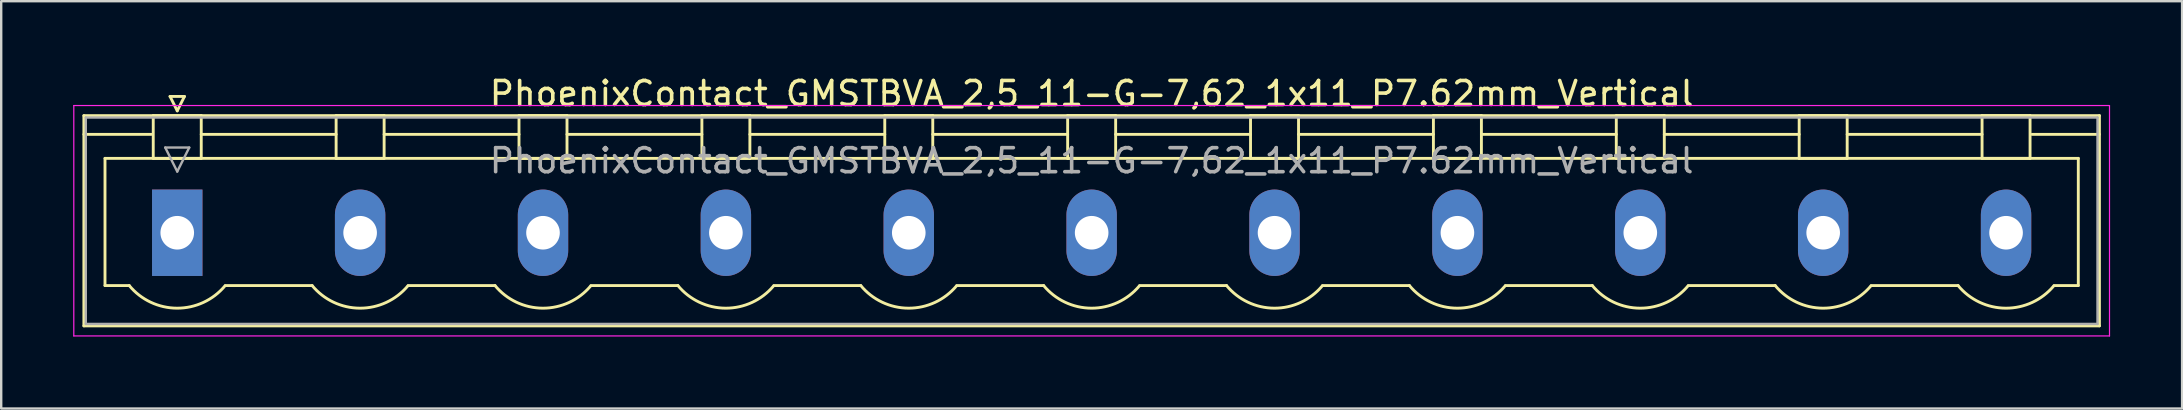
<source format=kicad_pcb>
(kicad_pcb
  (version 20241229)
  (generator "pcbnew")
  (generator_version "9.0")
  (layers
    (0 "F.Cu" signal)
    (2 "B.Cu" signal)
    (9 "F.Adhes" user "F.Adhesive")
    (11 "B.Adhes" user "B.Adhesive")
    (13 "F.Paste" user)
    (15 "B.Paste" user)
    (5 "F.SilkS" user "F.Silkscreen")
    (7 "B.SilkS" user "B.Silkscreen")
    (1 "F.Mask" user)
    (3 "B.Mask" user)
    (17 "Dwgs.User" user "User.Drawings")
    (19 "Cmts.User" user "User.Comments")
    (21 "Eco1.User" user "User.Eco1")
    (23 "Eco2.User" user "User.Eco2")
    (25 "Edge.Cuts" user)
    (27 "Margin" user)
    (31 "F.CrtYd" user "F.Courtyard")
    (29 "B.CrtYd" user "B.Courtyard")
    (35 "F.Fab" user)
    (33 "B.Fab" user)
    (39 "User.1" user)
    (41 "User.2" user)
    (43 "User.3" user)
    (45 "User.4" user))
  (footprint "PhoenixContact_GMSTBVA_2,5_11-G-7,62_1x11_P7.62mm_Vertical"
    (layer "F.Cu")
    (at 4.335 6.648)
    (property "Reference" "PhoenixContact_GMSTBVA_2,5_11-G-7,62_1x11_P7.62mm_Vertical" (at 38.1 -5.8 0) (layer "F.SilkS") (effects (font (size 1 1) (thickness 0.15))))
    (attr through_hole)
    (fp_line (start -3.89 -4.88) (end -3.89 3.88) (stroke (width 0.12) (type solid)) (layer "F.SilkS"))
    (fp_line (start -3.89 -4.1) (end -1.08 -4.1) (stroke (width 0.12) (type solid)) (layer "F.SilkS"))
    (fp_line (start -3.89 3.88) (end 80.09 3.88) (stroke (width 0.12) (type solid)) (layer "F.SilkS"))
    (fp_line (start -3.01 -3.1) (end 79.21 -3.1) (stroke (width 0.12) (type solid)) (layer "F.SilkS"))
    (fp_line (start -3.01 2.2) (end -3.01 -3.1) (stroke (width 0.12) (type solid)) (layer "F.SilkS"))
    (fp_line (start -2 2.2) (end -3.01 2.2) (stroke (width 0.12) (type solid)) (layer "F.SilkS"))
    (fp_line (start -1 -4.88) (end 1 -4.88) (stroke (width 0.12) (type solid)) (layer "F.SilkS"))
    (fp_line (start -1 -3.1) (end -1 -4.88) (stroke (width 0.12) (type solid)) (layer "F.SilkS"))
    (fp_line (start -0.3 -5.68) (end 0.3 -5.68) (stroke (width 0.12) (type solid)) (layer "F.SilkS"))
    (fp_line (start 0 -5.08) (end -0.3 -5.68) (stroke (width 0.12) (type solid)) (layer "F.SilkS"))
    (fp_line (start 0.3 -5.68) (end 0 -5.08) (stroke (width 0.12) (type solid)) (layer "F.SilkS"))
    (fp_line (start 1 -4.88) (end 1 -3.1) (stroke (width 0.12) (type solid)) (layer "F.SilkS"))
    (fp_line (start 1 -4.1) (end 6.62 -4.1) (stroke (width 0.12) (type solid)) (layer "F.SilkS"))
    (fp_line (start 1 -3.1) (end -1 -3.1) (stroke (width 0.12) (type solid)) (layer "F.SilkS"))
    (fp_line (start 2 2.2) (end 5.62 2.2) (stroke (width 0.12) (type solid)) (layer "F.SilkS"))
    (fp_line (start 6.62 -4.88) (end 8.62 -4.88) (stroke (width 0.12) (type solid)) (layer "F.SilkS"))
    (fp_line (start 6.62 -3.1) (end 6.62 -4.88) (stroke (width 0.12) (type solid)) (layer "F.SilkS"))
    (fp_line (start 8.62 -4.88) (end 8.62 -3.1) (stroke (width 0.12) (type solid)) (layer "F.SilkS"))
    (fp_line (start 8.62 -4.1) (end 14.24 -4.1) (stroke (width 0.12) (type solid)) (layer "F.SilkS"))
    (fp_line (start 8.62 -3.1) (end 6.62 -3.1) (stroke (width 0.12) (type solid)) (layer "F.SilkS"))
    (fp_line (start 9.62 2.2) (end 13.24 2.2) (stroke (width 0.12) (type solid)) (layer "F.SilkS"))
    (fp_line (start 14.24 -4.88) (end 16.24 -4.88) (stroke (width 0.12) (type solid)) (layer "F.SilkS"))
    (fp_line (start 14.24 -3.1) (end 14.24 -4.88) (stroke (width 0.12) (type solid)) (layer "F.SilkS"))
    (fp_line (start 16.24 -4.88) (end 16.24 -3.1) (stroke (width 0.12) (type solid)) (layer "F.SilkS"))
    (fp_line (start 16.24 -4.1) (end 21.86 -4.1) (stroke (width 0.12) (type solid)) (layer "F.SilkS"))
    (fp_line (start 16.24 -3.1) (end 14.24 -3.1) (stroke (width 0.12) (type solid)) (layer "F.SilkS"))
    (fp_line (start 17.24 2.2) (end 20.86 2.2) (stroke (width 0.12) (type solid)) (layer "F.SilkS"))
    (fp_line (start 21.86 -4.88) (end 23.86 -4.88) (stroke (width 0.12) (type solid)) (layer "F.SilkS"))
    (fp_line (start 21.86 -3.1) (end 21.86 -4.88) (stroke (width 0.12) (type solid)) (layer "F.SilkS"))
    (fp_line (start 23.86 -4.88) (end 23.86 -3.1) (stroke (width 0.12) (type solid)) (layer "F.SilkS"))
    (fp_line (start 23.86 -4.1) (end 29.48 -4.1) (stroke (width 0.12) (type solid)) (layer "F.SilkS"))
    (fp_line (start 23.86 -3.1) (end 21.86 -3.1) (stroke (width 0.12) (type solid)) (layer "F.SilkS"))
    (fp_line (start 24.86 2.2) (end 28.48 2.2) (stroke (width 0.12) (type solid)) (layer "F.SilkS"))
    (fp_line (start 29.48 -4.88) (end 31.48 -4.88) (stroke (width 0.12) (type solid)) (layer "F.SilkS"))
    (fp_line (start 29.48 -3.1) (end 29.48 -4.88) (stroke (width 0.12) (type solid)) (layer "F.SilkS"))
    (fp_line (start 31.48 -4.88) (end 31.48 -3.1) (stroke (width 0.12) (type solid)) (layer "F.SilkS"))
    (fp_line (start 31.48 -4.1) (end 37.1 -4.1) (stroke (width 0.12) (type solid)) (layer "F.SilkS"))
    (fp_line (start 31.48 -3.1) (end 29.48 -3.1) (stroke (width 0.12) (type solid)) (layer "F.SilkS"))
    (fp_line (start 32.48 2.2) (end 36.1 2.2) (stroke (width 0.12) (type solid)) (layer "F.SilkS"))
    (fp_line (start 37.1 -4.88) (end 39.1 -4.88) (stroke (width 0.12) (type solid)) (layer "F.SilkS"))
    (fp_line (start 37.1 -3.1) (end 37.1 -4.88) (stroke (width 0.12) (type solid)) (layer "F.SilkS"))
    (fp_line (start 39.1 -4.88) (end 39.1 -3.1) (stroke (width 0.12) (type solid)) (layer "F.SilkS"))
    (fp_line (start 39.1 -4.1) (end 44.72 -4.1) (stroke (width 0.12) (type solid)) (layer "F.SilkS"))
    (fp_line (start 39.1 -3.1) (end 37.1 -3.1) (stroke (width 0.12) (type solid)) (layer "F.SilkS"))
    (fp_line (start 40.1 2.2) (end 43.72 2.2) (stroke (width 0.12) (type solid)) (layer "F.SilkS"))
    (fp_line (start 44.72 -4.88) (end 46.72 -4.88) (stroke (width 0.12) (type solid)) (layer "F.SilkS"))
    (fp_line (start 44.72 -3.1) (end 44.72 -4.88) (stroke (width 0.12) (type solid)) (layer "F.SilkS"))
    (fp_line (start 46.72 -4.88) (end 46.72 -3.1) (stroke (width 0.12) (type solid)) (layer "F.SilkS"))
    (fp_line (start 46.72 -4.1) (end 52.34 -4.1) (stroke (width 0.12) (type solid)) (layer "F.SilkS"))
    (fp_line (start 46.72 -3.1) (end 44.72 -3.1) (stroke (width 0.12) (type solid)) (layer "F.SilkS"))
    (fp_line (start 47.72 2.2) (end 51.34 2.2) (stroke (width 0.12) (type solid)) (layer "F.SilkS"))
    (fp_line (start 52.34 -4.88) (end 54.34 -4.88) (stroke (width 0.12) (type solid)) (layer "F.SilkS"))
    (fp_line (start 52.34 -3.1) (end 52.34 -4.88) (stroke (width 0.12) (type solid)) (layer "F.SilkS"))
    (fp_line (start 54.34 -4.88) (end 54.34 -3.1) (stroke (width 0.12) (type solid)) (layer "F.SilkS"))
    (fp_line (start 54.34 -4.1) (end 59.96 -4.1) (stroke (width 0.12) (type solid)) (layer "F.SilkS"))
    (fp_line (start 54.34 -3.1) (end 52.34 -3.1) (stroke (width 0.12) (type solid)) (layer "F.SilkS"))
    (fp_line (start 55.34 2.2) (end 58.96 2.2) (stroke (width 0.12) (type solid)) (layer "F.SilkS"))
    (fp_line (start 59.96 -4.88) (end 61.96 -4.88) (stroke (width 0.12) (type solid)) (layer "F.SilkS"))
    (fp_line (start 59.96 -3.1) (end 59.96 -4.88) (stroke (width 0.12) (type solid)) (layer "F.SilkS"))
    (fp_line (start 61.96 -4.88) (end 61.96 -3.1) (stroke (width 0.12) (type solid)) (layer "F.SilkS"))
    (fp_line (start 61.96 -4.1) (end 67.58 -4.1) (stroke (width 0.12) (type solid)) (layer "F.SilkS"))
    (fp_line (start 61.96 -3.1) (end 59.96 -3.1) (stroke (width 0.12) (type solid)) (layer "F.SilkS"))
    (fp_line (start 62.96 2.2) (end 66.58 2.2) (stroke (width 0.12) (type solid)) (layer "F.SilkS"))
    (fp_line (start 67.58 -4.88) (end 69.58 -4.88) (stroke (width 0.12) (type solid)) (layer "F.SilkS"))
    (fp_line (start 67.58 -3.1) (end 67.58 -4.88) (stroke (width 0.12) (type solid)) (layer "F.SilkS"))
    (fp_line (start 69.58 -4.88) (end 69.58 -3.1) (stroke (width 0.12) (type solid)) (layer "F.SilkS"))
    (fp_line (start 69.58 -4.1) (end 75.2 -4.1) (stroke (width 0.12) (type solid)) (layer "F.SilkS"))
    (fp_line (start 69.58 -3.1) (end 67.58 -3.1) (stroke (width 0.12) (type solid)) (layer "F.SilkS"))
    (fp_line (start 70.58 2.2) (end 74.2 2.2) (stroke (width 0.12) (type solid)) (layer "F.SilkS"))
    (fp_line (start 75.2 -4.88) (end 77.2 -4.88) (stroke (width 0.12) (type solid)) (layer "F.SilkS"))
    (fp_line (start 75.2 -3.1) (end 75.2 -4.88) (stroke (width 0.12) (type solid)) (layer "F.SilkS"))
    (fp_line (start 77.2 -4.88) (end 77.2 -3.1) (stroke (width 0.12) (type solid)) (layer "F.SilkS"))
    (fp_line (start 77.2 -3.1) (end 75.2 -3.1) (stroke (width 0.12) (type solid)) (layer "F.SilkS"))
    (fp_line (start 79.21 -3.1) (end 79.21 2.2) (stroke (width 0.12) (type solid)) (layer "F.SilkS"))
    (fp_line (start 79.21 2.2) (end 78.2 2.2) (stroke (width 0.12) (type solid)) (layer "F.SilkS"))
    (fp_line (start 80.09 -4.88) (end -3.89 -4.88) (stroke (width 0.12) (type solid)) (layer "F.SilkS"))
    (fp_line (start 80.09 -4.1) (end 77.28 -4.1) (stroke (width 0.12) (type solid)) (layer "F.SilkS"))
    (fp_line (start 80.09 3.88) (end 80.09 -4.88) (stroke (width 0.12) (type solid)) (layer "F.SilkS"))
    (fp_arc (start 1.986842 2.215821) (mid -0.010289 3.142758) (end -2 2.2) (stroke (width 0.12) (type solid)) (layer "F.SilkS"))
    (fp_arc (start 9.606842 2.215821) (mid 7.609711 3.142758) (end 5.62 2.2) (stroke (width 0.12) (type solid)) (layer "F.SilkS"))
    (fp_arc (start 17.226842 2.215821) (mid 15.229711 3.142758) (end 13.24 2.2) (stroke (width 0.12) (type solid)) (layer "F.SilkS"))
    (fp_arc (start 24.846842 2.215821) (mid 22.849711 3.142758) (end 20.86 2.2) (stroke (width 0.12) (type solid)) (layer "F.SilkS"))
    (fp_arc (start 32.466842 2.215821) (mid 30.469711 3.142758) (end 28.48 2.2) (stroke (width 0.12) (type solid)) (layer "F.SilkS"))
    (fp_arc (start 40.086842 2.215821) (mid 38.089711 3.142758) (end 36.1 2.2) (stroke (width 0.12) (type solid)) (layer "F.SilkS"))
    (fp_arc (start 47.706842 2.215821) (mid 45.709711 3.142758) (end 43.72 2.2) (stroke (width 0.12) (type solid)) (layer "F.SilkS"))
    (fp_arc (start 55.326842 2.215821) (mid 53.329711 3.142758) (end 51.34 2.2) (stroke (width 0.12) (type solid)) (layer "F.SilkS"))
    (fp_arc (start 62.946842 2.215821) (mid 60.949711 3.142758) (end 58.96 2.2) (stroke (width 0.12) (type solid)) (layer "F.SilkS"))
    (fp_arc (start 70.566842 2.215821) (mid 68.569711 3.142758) (end 66.58 2.2) (stroke (width 0.12) (type solid)) (layer "F.SilkS"))
    (fp_arc (start 78.186842 2.215821) (mid 76.189711 3.142758) (end 74.2 2.2) (stroke (width 0.12) (type solid)) (layer "F.SilkS"))
    (fp_line (start -4.31 -5.3) (end -4.31 4.3) (stroke (width 0.05) (type solid)) (layer "F.CrtYd"))
    (fp_line (start -4.31 4.3) (end 80.51 4.3) (stroke (width 0.05) (type solid)) (layer "F.CrtYd"))
    (fp_line (start 80.51 -5.3) (end -4.31 -5.3) (stroke (width 0.05) (type solid)) (layer "F.CrtYd"))
    (fp_line (start 80.51 4.3) (end 80.51 -5.3) (stroke (width 0.05) (type solid)) (layer "F.CrtYd"))
    (fp_line (start -3.81 -4.8) (end -3.81 3.8) (stroke (width 0.1) (type solid)) (layer "F.Fab"))
    (fp_line (start -3.81 3.8) (end 80.01 3.8) (stroke (width 0.1) (type solid)) (layer "F.Fab"))
    (fp_line (start -0.5 -3.55) (end 0.5 -3.55) (stroke (width 0.1) (type solid)) (layer "F.Fab"))
    (fp_line (start 0 -2.55) (end -0.5 -3.55) (stroke (width 0.1) (type solid)) (layer "F.Fab"))
    (fp_line (start 0.5 -3.55) (end 0 -2.55) (stroke (width 0.1) (type solid)) (layer "F.Fab"))
    (fp_line (start 80.01 -4.8) (end -3.81 -4.8) (stroke (width 0.1) (type solid)) (layer "F.Fab"))
    (fp_line (start 80.01 3.8) (end 80.01 -4.8) (stroke (width 0.1) (type solid)) (layer "F.Fab"))
    (fp_text user "${REFERENCE}" (at 38.1 -3 0) (layer "F.Fab") (effects (font (size 1 1) (thickness 0.15))))
    (pad "1" thru_hole rect (at 0 0) (size 2.1 3.6) (drill 1.4) (layers "*.Cu" "*.Mask"))
    (pad "2" thru_hole oval (at 7.62 0) (size 2.1 3.6) (drill 1.4) (layers "*.Cu" "*.Mask"))
    (pad "3" thru_hole oval (at 15.24 0) (size 2.1 3.6) (drill 1.4) (layers "*.Cu" "*.Mask"))
    (pad "4" thru_hole oval (at 22.86 0) (size 2.1 3.6) (drill 1.4) (layers "*.Cu" "*.Mask"))
    (pad "5" thru_hole oval (at 30.48 0) (size 2.1 3.6) (drill 1.4) (layers "*.Cu" "*.Mask"))
    (pad "6" thru_hole oval (at 38.1 0) (size 2.1 3.6) (drill 1.4) (layers "*.Cu" "*.Mask"))
    (pad "7" thru_hole oval (at 45.72 0) (size 2.1 3.6) (drill 1.4) (layers "*.Cu" "*.Mask"))
    (pad "8" thru_hole oval (at 53.34 0) (size 2.1 3.6) (drill 1.4) (layers "*.Cu" "*.Mask"))
    (pad "9" thru_hole oval (at 60.96 0) (size 2.1 3.6) (drill 1.4) (layers "*.Cu" "*.Mask"))
    (pad "10" thru_hole oval (at 68.58 0) (size 2.1 3.6) (drill 1.4) (layers "*.Cu" "*.Mask"))
    (pad "11" thru_hole oval (at 76.2 0) (size 2.1 3.6) (drill 1.4) (layers "*.Cu" "*.Mask")))
  (gr_rect
    (start -3 -3)
    (end 87.87 13.973)
    (stroke (width 0.1) (type default))
    (fill no)
    (layer "Edge.Cuts")))
</source>
